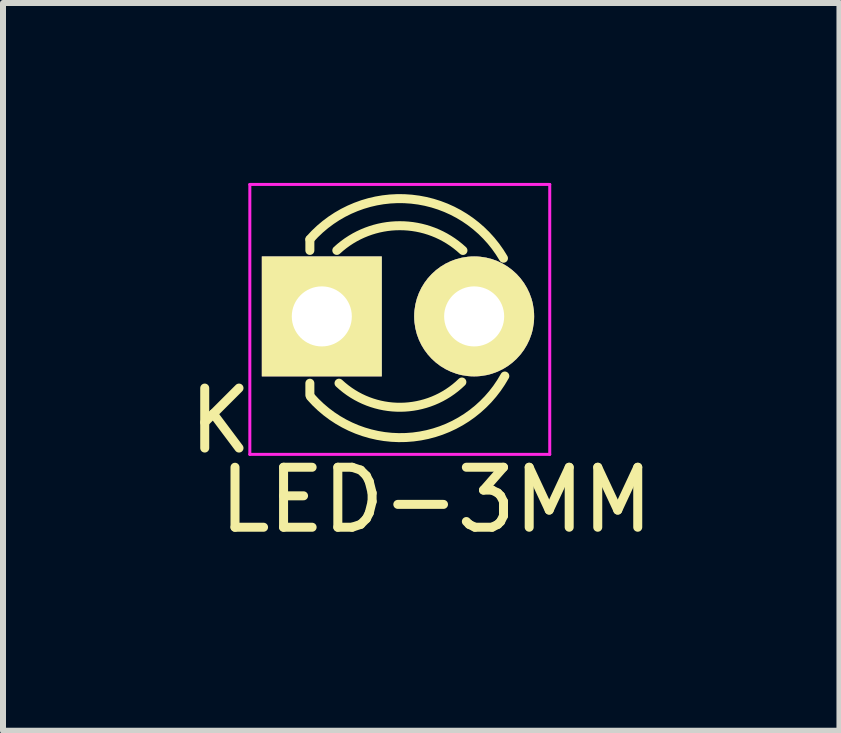
<source format=kicad_pcb>
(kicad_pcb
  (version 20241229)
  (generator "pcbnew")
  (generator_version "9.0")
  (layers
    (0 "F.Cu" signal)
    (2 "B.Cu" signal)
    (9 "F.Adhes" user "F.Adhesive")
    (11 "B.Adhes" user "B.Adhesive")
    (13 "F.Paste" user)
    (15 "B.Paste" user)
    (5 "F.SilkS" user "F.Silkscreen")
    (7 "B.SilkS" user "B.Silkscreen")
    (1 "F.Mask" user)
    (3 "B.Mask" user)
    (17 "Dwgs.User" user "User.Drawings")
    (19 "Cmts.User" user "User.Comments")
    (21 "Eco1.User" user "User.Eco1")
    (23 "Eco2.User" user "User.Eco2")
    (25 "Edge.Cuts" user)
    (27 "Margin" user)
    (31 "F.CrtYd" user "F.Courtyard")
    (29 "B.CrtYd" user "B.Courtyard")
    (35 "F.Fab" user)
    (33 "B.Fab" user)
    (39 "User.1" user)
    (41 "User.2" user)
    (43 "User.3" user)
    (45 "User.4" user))
  (footprint "LED-3MM"
    (layer "F.Cu")
    (at 2.315 2.225)
    (property "Reference" "LED-3MM" (at 1.91 3.06 0) (layer "F.SilkS") (effects (font (size 1 1) (thickness 0.15))))
    (attr through_hole)
    (fp_line (start -0.199 -1.28) (end -0.199 -1.1) (stroke (width 0.15) (type solid)) (layer "F.SilkS"))
    (fp_line (start -0.199 1.314) (end -0.199 1.114) (stroke (width 0.15) (type solid)) (layer "F.SilkS"))
    (fp_arc (start -0.199 -1.286) (mid 1.495903 -1.954571) (end 3.028744 -0.969643) (stroke (width 0.15) (type solid)) (layer "F.SilkS"))
    (fp_arc (start 0.25 -1.1) (mid 1.301686 -1.512142) (end 2.353005 -1.099067) (stroke (width 0.15) (type solid)) (layer "F.SilkS"))
    (fp_arc (start 2.335 1.094) (mid 1.31492 1.51473) (end 0.287111 1.113252) (stroke (width 0.15) (type solid)) (layer "F.SilkS"))
    (fp_arc (start 3.051 0.994) (mid 1.522637 2.009958) (end -0.18622 1.340726) (stroke (width 0.15) (type solid)) (layer "F.SilkS"))
    (fp_line (start -1.2 -2.2) (end -1.2 2.3) (stroke (width 0.05) (type solid)) (layer "F.CrtYd"))
    (fp_line (start -1.2 2.3) (end 3.8 2.3) (stroke (width 0.05) (type solid)) (layer "F.CrtYd"))
    (fp_line (start 3.8 -2.2) (end -1.2 -2.2) (stroke (width 0.05) (type solid)) (layer "F.CrtYd"))
    (fp_line (start 3.8 2.3) (end 3.8 -2.2) (stroke (width 0.05) (type solid)) (layer "F.CrtYd"))
    (fp_text user "K" (at -1.69 1.74 0) (layer "F.SilkS") (effects (font (size 1 1) (thickness 0.15))))
    (pad "1" thru_hole rect (at 0 0 90) (size 2 2) (drill 1.001) (layers "*.Cu" "*.Mask" "F.SilkS"))
    (pad "2" thru_hole circle (at 2.54 0) (size 2 2) (drill 1.001) (layers "*.Cu" "*.Mask" "F.SilkS")))
  (gr_rect
    (start -3 -3)
    (end 10.945 9.133)
    (stroke (width 0.1) (type default))
    (fill no)
    (layer "Edge.Cuts")))
</source>
